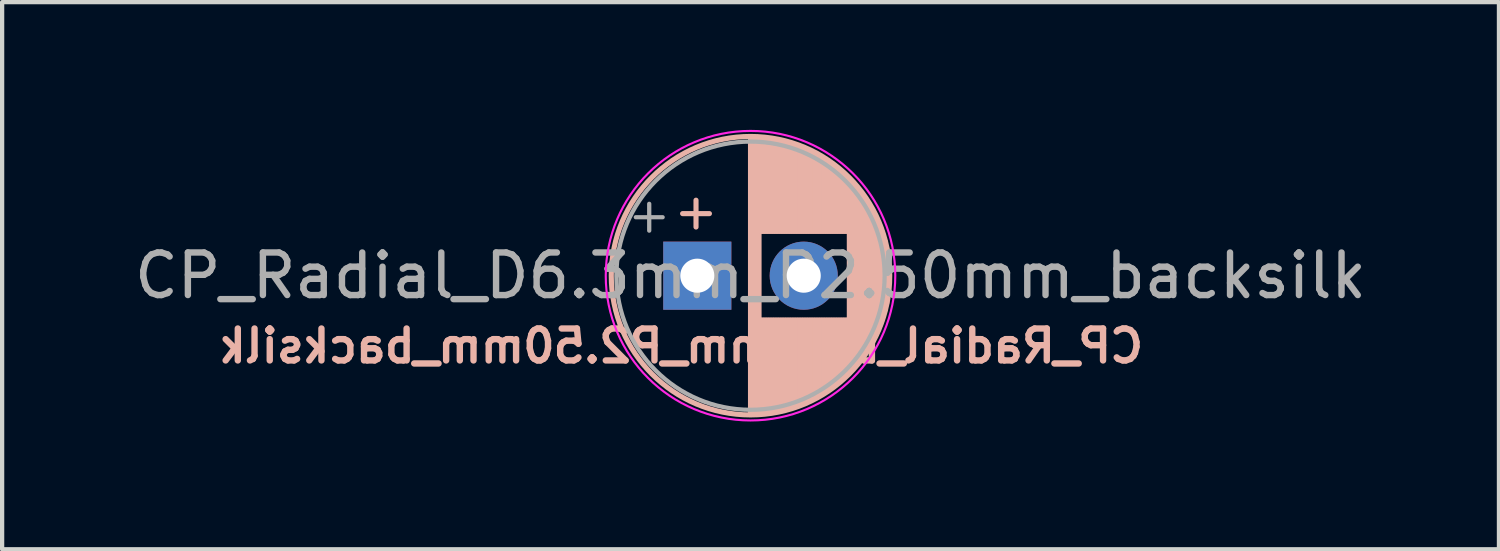
<source format=kicad_pcb>
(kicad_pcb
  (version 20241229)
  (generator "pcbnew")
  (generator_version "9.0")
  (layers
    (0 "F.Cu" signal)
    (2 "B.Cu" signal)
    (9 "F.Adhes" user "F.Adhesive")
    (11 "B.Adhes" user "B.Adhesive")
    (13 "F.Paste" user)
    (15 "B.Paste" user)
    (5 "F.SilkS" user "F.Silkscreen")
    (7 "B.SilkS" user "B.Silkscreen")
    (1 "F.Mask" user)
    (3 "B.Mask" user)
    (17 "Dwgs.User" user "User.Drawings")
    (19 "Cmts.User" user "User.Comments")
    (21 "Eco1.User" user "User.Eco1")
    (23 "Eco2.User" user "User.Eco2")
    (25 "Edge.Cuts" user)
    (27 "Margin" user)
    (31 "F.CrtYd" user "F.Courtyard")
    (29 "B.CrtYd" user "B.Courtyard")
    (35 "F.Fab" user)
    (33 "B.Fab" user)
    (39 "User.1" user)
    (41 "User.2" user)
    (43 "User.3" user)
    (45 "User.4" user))
  (footprint "CP_Radial_D6.3mm_P2.50mm_backsilk"
    (layer "F.Cu")
    (at 13.327 3.425)
    (property "Reference" "CP_Radial_D6.3mm_P2.50mm_backsilk" (at -0.381 1.651 0) (layer "B.SilkS") (effects (font (size 0.75 0.75) (thickness 0.15)) (justify mirror)))
    (attr through_hole)
    (fp_line (start -0.345 -1.458) (end 0.285 -1.458) (stroke (width 0.12) (type solid)) (layer "B.SilkS"))
    (fp_line (start -0.03 -1.773) (end -0.03 -1.143) (stroke (width 0.12) (type solid)) (layer "B.SilkS"))
    (fp_line (start 1.25 -3.23) (end 1.25 3.23) (stroke (width 0.12) (type solid)) (layer "B.SilkS"))
    (fp_line (start 1.29 -3.23) (end 1.29 3.23) (stroke (width 0.12) (type solid)) (layer "B.SilkS"))
    (fp_line (start 1.33 -3.23) (end 1.33 3.23) (stroke (width 0.12) (type solid)) (layer "B.SilkS"))
    (fp_line (start 1.37 -3.228) (end 1.37 3.228) (stroke (width 0.12) (type solid)) (layer "B.SilkS"))
    (fp_line (start 1.41 -3.227) (end 1.41 3.227) (stroke (width 0.12) (type solid)) (layer "B.SilkS"))
    (fp_line (start 1.45 -3.224) (end 1.45 3.224) (stroke (width 0.12) (type solid)) (layer "B.SilkS"))
    (fp_line (start 1.49 -3.222) (end 1.49 -1.04) (stroke (width 0.12) (type solid)) (layer "B.SilkS"))
    (fp_line (start 1.49 1.04) (end 1.49 3.222) (stroke (width 0.12) (type solid)) (layer "B.SilkS"))
    (fp_line (start 1.53 -3.218) (end 1.53 -1.04) (stroke (width 0.12) (type solid)) (layer "B.SilkS"))
    (fp_line (start 1.53 1.04) (end 1.53 3.218) (stroke (width 0.12) (type solid)) (layer "B.SilkS"))
    (fp_line (start 1.57 -3.215) (end 1.57 -1.04) (stroke (width 0.12) (type solid)) (layer "B.SilkS"))
    (fp_line (start 1.57 1.04) (end 1.57 3.215) (stroke (width 0.12) (type solid)) (layer "B.SilkS"))
    (fp_line (start 1.61 -3.211) (end 1.61 -1.04) (stroke (width 0.12) (type solid)) (layer "B.SilkS"))
    (fp_line (start 1.61 1.04) (end 1.61 3.211) (stroke (width 0.12) (type solid)) (layer "B.SilkS"))
    (fp_line (start 1.65 -3.206) (end 1.65 -1.04) (stroke (width 0.12) (type solid)) (layer "B.SilkS"))
    (fp_line (start 1.65 1.04) (end 1.65 3.206) (stroke (width 0.12) (type solid)) (layer "B.SilkS"))
    (fp_line (start 1.69 -3.201) (end 1.69 -1.04) (stroke (width 0.12) (type solid)) (layer "B.SilkS"))
    (fp_line (start 1.69 1.04) (end 1.69 3.201) (stroke (width 0.12) (type solid)) (layer "B.SilkS"))
    (fp_line (start 1.73 -3.195) (end 1.73 -1.04) (stroke (width 0.12) (type solid)) (layer "B.SilkS"))
    (fp_line (start 1.73 1.04) (end 1.73 3.195) (stroke (width 0.12) (type solid)) (layer "B.SilkS"))
    (fp_line (start 1.77 -3.189) (end 1.77 -1.04) (stroke (width 0.12) (type solid)) (layer "B.SilkS"))
    (fp_line (start 1.77 1.04) (end 1.77 3.189) (stroke (width 0.12) (type solid)) (layer "B.SilkS"))
    (fp_line (start 1.81 -3.182) (end 1.81 -1.04) (stroke (width 0.12) (type solid)) (layer "B.SilkS"))
    (fp_line (start 1.81 1.04) (end 1.81 3.182) (stroke (width 0.12) (type solid)) (layer "B.SilkS"))
    (fp_line (start 1.85 -3.175) (end 1.85 -1.04) (stroke (width 0.12) (type solid)) (layer "B.SilkS"))
    (fp_line (start 1.85 1.04) (end 1.85 3.175) (stroke (width 0.12) (type solid)) (layer "B.SilkS"))
    (fp_line (start 1.89 -3.167) (end 1.89 -1.04) (stroke (width 0.12) (type solid)) (layer "B.SilkS"))
    (fp_line (start 1.89 1.04) (end 1.89 3.167) (stroke (width 0.12) (type solid)) (layer "B.SilkS"))
    (fp_line (start 1.93 -3.159) (end 1.93 -1.04) (stroke (width 0.12) (type solid)) (layer "B.SilkS"))
    (fp_line (start 1.93 1.04) (end 1.93 3.159) (stroke (width 0.12) (type solid)) (layer "B.SilkS"))
    (fp_line (start 1.971 -3.15) (end 1.971 -1.04) (stroke (width 0.12) (type solid)) (layer "B.SilkS"))
    (fp_line (start 1.971 1.04) (end 1.971 3.15) (stroke (width 0.12) (type solid)) (layer "B.SilkS"))
    (fp_line (start 2.011 -3.141) (end 2.011 -1.04) (stroke (width 0.12) (type solid)) (layer "B.SilkS"))
    (fp_line (start 2.011 1.04) (end 2.011 3.141) (stroke (width 0.12) (type solid)) (layer "B.SilkS"))
    (fp_line (start 2.051 -3.131) (end 2.051 -1.04) (stroke (width 0.12) (type solid)) (layer "B.SilkS"))
    (fp_line (start 2.051 1.04) (end 2.051 3.131) (stroke (width 0.12) (type solid)) (layer "B.SilkS"))
    (fp_line (start 2.091 -3.121) (end 2.091 -1.04) (stroke (width 0.12) (type solid)) (layer "B.SilkS"))
    (fp_line (start 2.091 1.04) (end 2.091 3.121) (stroke (width 0.12) (type solid)) (layer "B.SilkS"))
    (fp_line (start 2.131 -3.11) (end 2.131 -1.04) (stroke (width 0.12) (type solid)) (layer "B.SilkS"))
    (fp_line (start 2.131 1.04) (end 2.131 3.11) (stroke (width 0.12) (type solid)) (layer "B.SilkS"))
    (fp_line (start 2.171 -3.098) (end 2.171 -1.04) (stroke (width 0.12) (type solid)) (layer "B.SilkS"))
    (fp_line (start 2.171 1.04) (end 2.171 3.098) (stroke (width 0.12) (type solid)) (layer "B.SilkS"))
    (fp_line (start 2.211 -3.086) (end 2.211 -1.04) (stroke (width 0.12) (type solid)) (layer "B.SilkS"))
    (fp_line (start 2.211 1.04) (end 2.211 3.086) (stroke (width 0.12) (type solid)) (layer "B.SilkS"))
    (fp_line (start 2.251 -3.074) (end 2.251 -1.04) (stroke (width 0.12) (type solid)) (layer "B.SilkS"))
    (fp_line (start 2.251 1.04) (end 2.251 3.074) (stroke (width 0.12) (type solid)) (layer "B.SilkS"))
    (fp_line (start 2.291 -3.061) (end 2.291 -1.04) (stroke (width 0.12) (type solid)) (layer "B.SilkS"))
    (fp_line (start 2.291 1.04) (end 2.291 3.061) (stroke (width 0.12) (type solid)) (layer "B.SilkS"))
    (fp_line (start 2.331 -3.047) (end 2.331 -1.04) (stroke (width 0.12) (type solid)) (layer "B.SilkS"))
    (fp_line (start 2.331 1.04) (end 2.331 3.047) (stroke (width 0.12) (type solid)) (layer "B.SilkS"))
    (fp_line (start 2.371 -3.033) (end 2.371 -1.04) (stroke (width 0.12) (type solid)) (layer "B.SilkS"))
    (fp_line (start 2.371 1.04) (end 2.371 3.033) (stroke (width 0.12) (type solid)) (layer "B.SilkS"))
    (fp_line (start 2.411 -3.018) (end 2.411 -1.04) (stroke (width 0.12) (type solid)) (layer "B.SilkS"))
    (fp_line (start 2.411 1.04) (end 2.411 3.018) (stroke (width 0.12) (type solid)) (layer "B.SilkS"))
    (fp_line (start 2.451 -3.002) (end 2.451 -1.04) (stroke (width 0.12) (type solid)) (layer "B.SilkS"))
    (fp_line (start 2.451 1.04) (end 2.451 3.002) (stroke (width 0.12) (type solid)) (layer "B.SilkS"))
    (fp_line (start 2.491 -2.986) (end 2.491 -1.04) (stroke (width 0.12) (type solid)) (layer "B.SilkS"))
    (fp_line (start 2.491 1.04) (end 2.491 2.986) (stroke (width 0.12) (type solid)) (layer "B.SilkS"))
    (fp_line (start 2.531 -2.97) (end 2.531 -1.04) (stroke (width 0.12) (type solid)) (layer "B.SilkS"))
    (fp_line (start 2.531 1.04) (end 2.531 2.97) (stroke (width 0.12) (type solid)) (layer "B.SilkS"))
    (fp_line (start 2.571 -2.952) (end 2.571 -1.04) (stroke (width 0.12) (type solid)) (layer "B.SilkS"))
    (fp_line (start 2.571 1.04) (end 2.571 2.952) (stroke (width 0.12) (type solid)) (layer "B.SilkS"))
    (fp_line (start 2.611 -2.934) (end 2.611 -1.04) (stroke (width 0.12) (type solid)) (layer "B.SilkS"))
    (fp_line (start 2.611 1.04) (end 2.611 2.934) (stroke (width 0.12) (type solid)) (layer "B.SilkS"))
    (fp_line (start 2.651 -2.916) (end 2.651 -1.04) (stroke (width 0.12) (type solid)) (layer "B.SilkS"))
    (fp_line (start 2.651 1.04) (end 2.651 2.916) (stroke (width 0.12) (type solid)) (layer "B.SilkS"))
    (fp_line (start 2.691 -2.896) (end 2.691 -1.04) (stroke (width 0.12) (type solid)) (layer "B.SilkS"))
    (fp_line (start 2.691 1.04) (end 2.691 2.896) (stroke (width 0.12) (type solid)) (layer "B.SilkS"))
    (fp_line (start 2.731 -2.876) (end 2.731 -1.04) (stroke (width 0.12) (type solid)) (layer "B.SilkS"))
    (fp_line (start 2.731 1.04) (end 2.731 2.876) (stroke (width 0.12) (type solid)) (layer "B.SilkS"))
    (fp_line (start 2.771 -2.856) (end 2.771 -1.04) (stroke (width 0.12) (type solid)) (layer "B.SilkS"))
    (fp_line (start 2.771 1.04) (end 2.771 2.856) (stroke (width 0.12) (type solid)) (layer "B.SilkS"))
    (fp_line (start 2.811 -2.834) (end 2.811 -1.04) (stroke (width 0.12) (type solid)) (layer "B.SilkS"))
    (fp_line (start 2.811 1.04) (end 2.811 2.834) (stroke (width 0.12) (type solid)) (layer "B.SilkS"))
    (fp_line (start 2.851 -2.812) (end 2.851 -1.04) (stroke (width 0.12) (type solid)) (layer "B.SilkS"))
    (fp_line (start 2.851 1.04) (end 2.851 2.812) (stroke (width 0.12) (type solid)) (layer "B.SilkS"))
    (fp_line (start 2.891 -2.79) (end 2.891 -1.04) (stroke (width 0.12) (type solid)) (layer "B.SilkS"))
    (fp_line (start 2.891 1.04) (end 2.891 2.79) (stroke (width 0.12) (type solid)) (layer "B.SilkS"))
    (fp_line (start 2.931 -2.766) (end 2.931 -1.04) (stroke (width 0.12) (type solid)) (layer "B.SilkS"))
    (fp_line (start 2.931 1.04) (end 2.931 2.766) (stroke (width 0.12) (type solid)) (layer "B.SilkS"))
    (fp_line (start 2.971 -2.742) (end 2.971 -1.04) (stroke (width 0.12) (type solid)) (layer "B.SilkS"))
    (fp_line (start 2.971 1.04) (end 2.971 2.742) (stroke (width 0.12) (type solid)) (layer "B.SilkS"))
    (fp_line (start 3.011 -2.716) (end 3.011 -1.04) (stroke (width 0.12) (type solid)) (layer "B.SilkS"))
    (fp_line (start 3.011 1.04) (end 3.011 2.716) (stroke (width 0.12) (type solid)) (layer "B.SilkS"))
    (fp_line (start 3.051 -2.69) (end 3.051 -1.04) (stroke (width 0.12) (type solid)) (layer "B.SilkS"))
    (fp_line (start 3.051 1.04) (end 3.051 2.69) (stroke (width 0.12) (type solid)) (layer "B.SilkS"))
    (fp_line (start 3.091 -2.664) (end 3.091 -1.04) (stroke (width 0.12) (type solid)) (layer "B.SilkS"))
    (fp_line (start 3.091 1.04) (end 3.091 2.664) (stroke (width 0.12) (type solid)) (layer "B.SilkS"))
    (fp_line (start 3.131 -2.636) (end 3.131 -1.04) (stroke (width 0.12) (type solid)) (layer "B.SilkS"))
    (fp_line (start 3.131 1.04) (end 3.131 2.636) (stroke (width 0.12) (type solid)) (layer "B.SilkS"))
    (fp_line (start 3.171 -2.607) (end 3.171 -1.04) (stroke (width 0.12) (type solid)) (layer "B.SilkS"))
    (fp_line (start 3.171 1.04) (end 3.171 2.607) (stroke (width 0.12) (type solid)) (layer "B.SilkS"))
    (fp_line (start 3.211 -2.578) (end 3.211 -1.04) (stroke (width 0.12) (type solid)) (layer "B.SilkS"))
    (fp_line (start 3.211 1.04) (end 3.211 2.578) (stroke (width 0.12) (type solid)) (layer "B.SilkS"))
    (fp_line (start 3.251 -2.548) (end 3.251 -1.04) (stroke (width 0.12) (type solid)) (layer "B.SilkS"))
    (fp_line (start 3.251 1.04) (end 3.251 2.548) (stroke (width 0.12) (type solid)) (layer "B.SilkS"))
    (fp_line (start 3.291 -2.516) (end 3.291 -1.04) (stroke (width 0.12) (type solid)) (layer "B.SilkS"))
    (fp_line (start 3.291 1.04) (end 3.291 2.516) (stroke (width 0.12) (type solid)) (layer "B.SilkS"))
    (fp_line (start 3.331 -2.484) (end 3.331 -1.04) (stroke (width 0.12) (type solid)) (layer "B.SilkS"))
    (fp_line (start 3.331 1.04) (end 3.331 2.484) (stroke (width 0.12) (type solid)) (layer "B.SilkS"))
    (fp_line (start 3.371 -2.45) (end 3.371 -1.04) (stroke (width 0.12) (type solid)) (layer "B.SilkS"))
    (fp_line (start 3.371 1.04) (end 3.371 2.45) (stroke (width 0.12) (type solid)) (layer "B.SilkS"))
    (fp_line (start 3.411 -2.416) (end 3.411 -1.04) (stroke (width 0.12) (type solid)) (layer "B.SilkS"))
    (fp_line (start 3.411 1.04) (end 3.411 2.416) (stroke (width 0.12) (type solid)) (layer "B.SilkS"))
    (fp_line (start 3.451 -2.38) (end 3.451 -1.04) (stroke (width 0.12) (type solid)) (layer "B.SilkS"))
    (fp_line (start 3.451 1.04) (end 3.451 2.38) (stroke (width 0.12) (type solid)) (layer "B.SilkS"))
    (fp_line (start 3.491 -2.343) (end 3.491 -1.04) (stroke (width 0.12) (type solid)) (layer "B.SilkS"))
    (fp_line (start 3.491 1.04) (end 3.491 2.343) (stroke (width 0.12) (type solid)) (layer "B.SilkS"))
    (fp_line (start 3.531 -2.305) (end 3.531 -1.04) (stroke (width 0.12) (type solid)) (layer "B.SilkS"))
    (fp_line (start 3.531 1.04) (end 3.531 2.305) (stroke (width 0.12) (type solid)) (layer "B.SilkS"))
    (fp_line (start 3.571 -2.265) (end 3.571 2.265) (stroke (width 0.12) (type solid)) (layer "B.SilkS"))
    (fp_line (start 3.611 -2.224) (end 3.611 2.224) (stroke (width 0.12) (type solid)) (layer "B.SilkS"))
    (fp_line (start 3.651 -2.182) (end 3.651 2.182) (stroke (width 0.12) (type solid)) (layer "B.SilkS"))
    (fp_line (start 3.691 -2.137) (end 3.691 2.137) (stroke (width 0.12) (type solid)) (layer "B.SilkS"))
    (fp_line (start 3.731 -2.092) (end 3.731 2.092) (stroke (width 0.12) (type solid)) (layer "B.SilkS"))
    (fp_line (start 3.771 -2.044) (end 3.771 2.044) (stroke (width 0.12) (type solid)) (layer "B.SilkS"))
    (fp_line (start 3.811 -1.995) (end 3.811 1.995) (stroke (width 0.12) (type solid)) (layer "B.SilkS"))
    (fp_line (start 3.851 -1.944) (end 3.851 1.944) (stroke (width 0.12) (type solid)) (layer "B.SilkS"))
    (fp_line (start 3.891 -1.89) (end 3.891 1.89) (stroke (width 0.12) (type solid)) (layer "B.SilkS"))
    (fp_line (start 3.931 -1.834) (end 3.931 1.834) (stroke (width 0.12) (type solid)) (layer "B.SilkS"))
    (fp_line (start 3.971 -1.776) (end 3.971 1.776) (stroke (width 0.12) (type solid)) (layer "B.SilkS"))
    (fp_line (start 4.011 -1.714) (end 4.011 1.714) (stroke (width 0.12) (type solid)) (layer "B.SilkS"))
    (fp_line (start 4.051 -1.65) (end 4.051 1.65) (stroke (width 0.12) (type solid)) (layer "B.SilkS"))
    (fp_line (start 4.091 -1.581) (end 4.091 1.581) (stroke (width 0.12) (type solid)) (layer "B.SilkS"))
    (fp_line (start 4.131 -1.509) (end 4.131 1.509) (stroke (width 0.12) (type solid)) (layer "B.SilkS"))
    (fp_line (start 4.171 -1.432) (end 4.171 1.432) (stroke (width 0.12) (type solid)) (layer "B.SilkS"))
    (fp_line (start 4.211 -1.35) (end 4.211 1.35) (stroke (width 0.12) (type solid)) (layer "B.SilkS"))
    (fp_line (start 4.251 -1.262) (end 4.251 1.262) (stroke (width 0.12) (type solid)) (layer "B.SilkS"))
    (fp_line (start 4.291 -1.165) (end 4.291 1.165) (stroke (width 0.12) (type solid)) (layer "B.SilkS"))
    (fp_line (start 4.331 -1.059) (end 4.331 1.059) (stroke (width 0.12) (type solid)) (layer "B.SilkS"))
    (fp_line (start 4.371 -0.94) (end 4.371 0.94) (stroke (width 0.12) (type solid)) (layer "B.SilkS"))
    (fp_line (start 4.411 -0.802) (end 4.411 0.802) (stroke (width 0.12) (type solid)) (layer "B.SilkS"))
    (fp_line (start 4.451 -0.633) (end 4.451 0.633) (stroke (width 0.12) (type solid)) (layer "B.SilkS"))
    (fp_line (start 4.491 -0.402) (end 4.491 0.402) (stroke (width 0.12) (type solid)) (layer "B.SilkS"))
    (fp_circle (center 1.25 0) (end 4.52 0) (stroke (width 0.12) (type solid)) (fill no) (layer "B.SilkS"))
    (fp_circle (center 1.25 0) (end 4.65 0) (stroke (width 0.05) (type solid)) (fill no) (layer "F.CrtYd"))
    (fp_line (start -1.444 -1.373) (end -0.814 -1.373) (stroke (width 0.1) (type solid)) (layer "F.Fab"))
    (fp_line (start -1.129 -1.688) (end -1.129 -1.058) (stroke (width 0.1) (type solid)) (layer "F.Fab"))
    (fp_circle (center 1.25 0) (end 4.4 0) (stroke (width 0.1) (type solid)) (fill no) (layer "F.Fab"))
    (fp_text user "${REFERENCE}" (at 1.25 0 0) (layer "F.Fab") (effects (font (size 1 1) (thickness 0.15))))
    (pad "1" thru_hole rect (at 0 0) (size 1.6 1.6) (drill 0.8) (layers "*.Cu" "*.Mask"))
    (pad "2" thru_hole circle (at 2.5 0) (size 1.6 1.6) (drill 0.8) (layers "*.Cu" "*.Mask")))
  (gr_rect
    (start -3 -3)
    (end 32.155 9.85)
    (stroke (width 0.1) (type default))
    (fill no)
    (layer "Edge.Cuts")))
</source>
